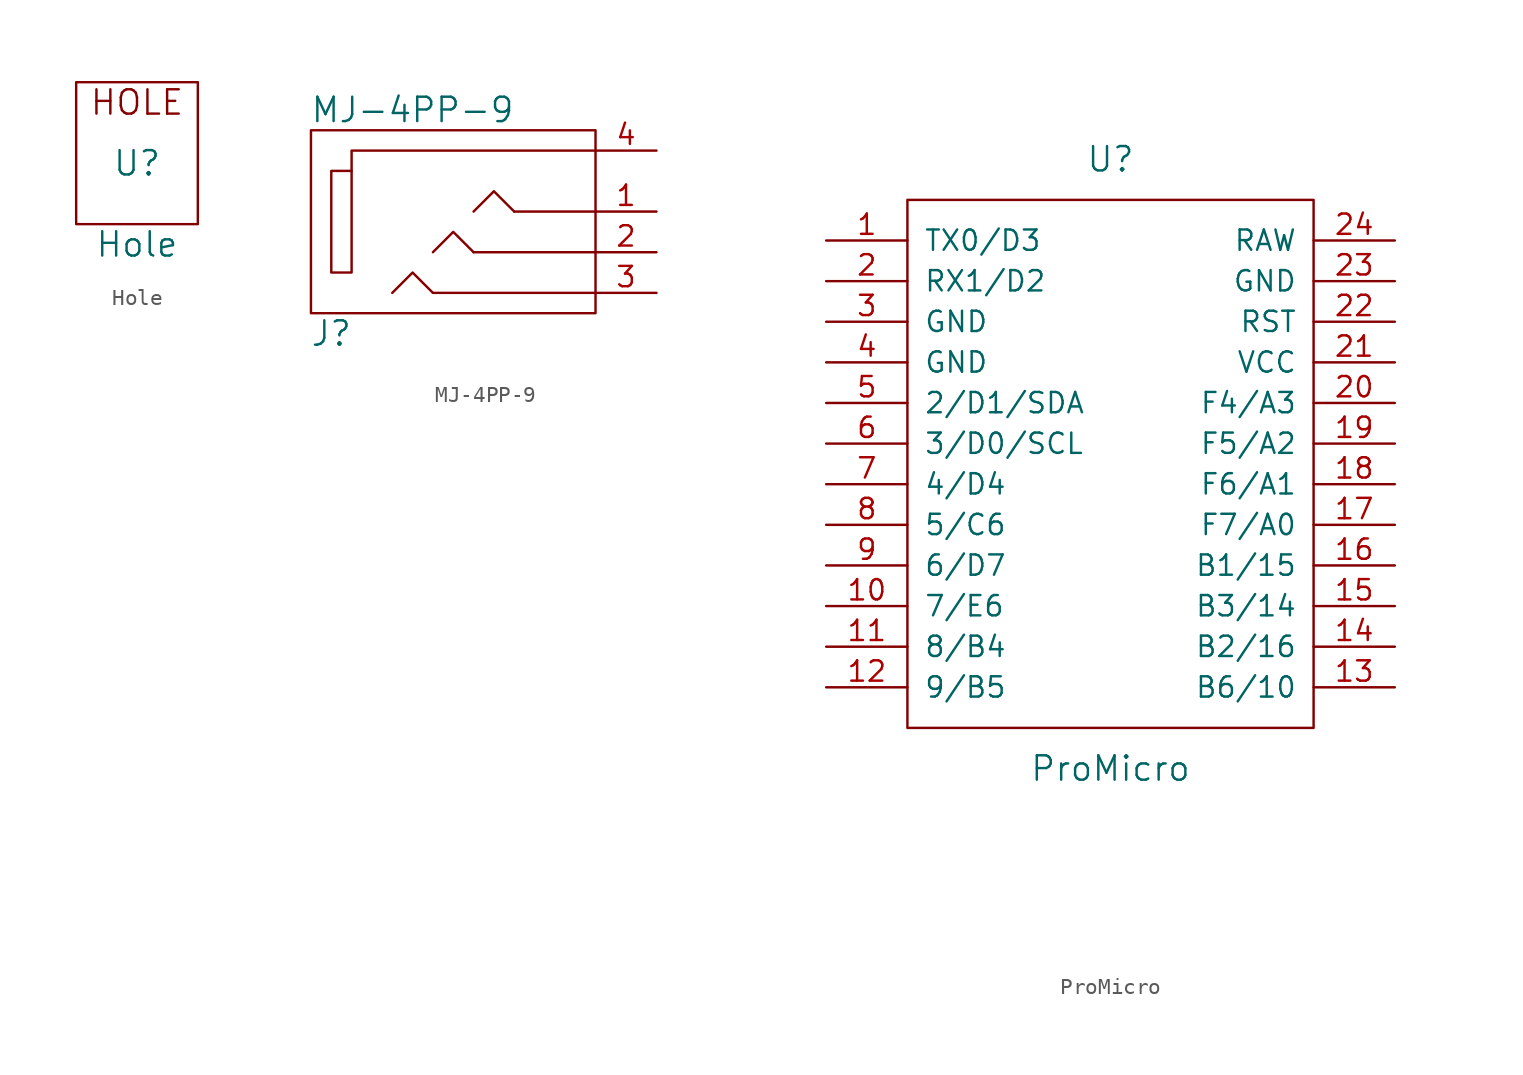
<source format=kicad_sym>
(kicad_symbol_lib
  (version 20201005)
  (generator kicad_symbol_editor)
  (symbol "TPS42:Hole"
    (pin_names
      (offset 1.016))
    (property "Reference" "U"
      (at 0 0 0)
      (effects (font (size 1.524 1.524))))
    (property "Value" "Hole"
      (at 0 -5.08 0)
      (effects (font (size 1.524 1.524))))
    (property "Footprint" ""
      (at 0 0 0)
      (effects (font (size 1.524 1.524))))
    (property "Datasheet" ""
      (at 0 0 0)
      (effects (font (size 1.524 1.524))))
    (symbol "Hole_0_0"
      (text "HOLE" (at 0 3.81 0) (effects (font (size 1.524 1.524)))))
    (symbol "Hole_0_1"
      (rectangle (start 3.81 5.08) (end -3.81 -3.81) (stroke (width 0)) (fill (type none)))))
  (symbol "TPS42:MJ-4PP-9"
    (pin_names
      (offset 1.016))
    (property "Reference" "J"
      (at -8.89 -7.62 0)
      (effects (font (size 1.524 1.524))))
    (property "Value" "MJ-4PP-9"
      (at -3.81 6.35 0)
      (effects (font (size 1.524 1.524))))
    (property "Footprint" ""
      (at 0 0 0)
      (effects (font (size 1.524 1.524))))
    (property "Datasheet" ""
      (at 0 0 0)
      (effects (font (size 1.524 1.524))))
    (symbol "MJ-4PP-9_0_1"
      (rectangle (start -7.62 2.54) (end -8.89 -3.81) (stroke (width 0)) (fill (type none)))
      (rectangle (start 7.62 -6.35) (end -10.16 5.08) (stroke (width 0)) (fill (type none)))
      (polyline (pts (xy 2.54 0) (xy 7.62 0)) (stroke (width 0)) (fill (type none)))
      (polyline (pts (xy -2.54 -5.08) (xy 7.62 -5.08) (xy 7.62 -5.08)) (stroke (width 0)) (fill (type none)))
      (polyline (pts (xy 0 -2.54) (xy -1.27 -1.27) (xy -2.54 -2.54)) (stroke (width 0)) (fill (type none)))
      (polyline (pts (xy 0 0) (xy 1.27 1.27) (xy 2.54 0)) (stroke (width 0)) (fill (type none)))
      (polyline (pts (xy 7.62 3.81) (xy -7.62 3.81) (xy -7.62 2.54)) (stroke (width 0)) (fill (type none)))
      (polyline (pts (xy -2.54 -5.08) (xy -3.81 -3.81) (xy -5.08 -5.08) (xy -5.08 -5.08)) (stroke (width 0)) (fill (type none)))
      (polyline (pts (xy 0 -2.54) (xy 7.62 -2.54) (xy 7.62 -2.54) (xy 7.62 -2.54)) (stroke (width 0)) (fill (type none))))
    (symbol "MJ-4PP-9_1_1"
      (pin passive line (at 11.43 0 180) (length 3.81) (name "~" (effects (font (size 1.27 1.27)))) (number "1" (effects (font (size 1.27 1.27)))))
      (pin passive line (at 11.43 -2.54 180) (length 3.81) (name "~" (effects (font (size 1.27 1.27)))) (number "2" (effects (font (size 1.27 1.27)))))
      (pin passive line (at 11.43 -5.08 180) (length 3.81) (name "~" (effects (font (size 1.27 1.27)))) (number "3" (effects (font (size 1.27 1.27)))))
      (pin passive line (at 11.43 3.81 180) (length 3.81) (name "~" (effects (font (size 1.27 1.27)))) (number "4" (effects (font (size 1.27 1.27)))))))
  (symbol "TPS42:ProMicro"
    (pin_names
      (offset 1.016))
    (property "Reference" "U"
      (at 0 19.05 0)
      (effects (font (size 1.524 1.524))))
    (property "Value" "ProMicro"
      (at 0 -19.05 0)
      (effects (font (size 1.524 1.524))))
    (property "Footprint" ""
      (at 2.54 -26.67 0)
      (effects (font (size 1.524 1.524))))
    (property "Datasheet" ""
      (at 2.54 -26.67 0)
      (effects (font (size 1.524 1.524))))
    (symbol "ProMicro_0_1"
      (rectangle (start -12.7 16.51) (end 12.7 -16.51) (stroke (width 0)) (fill (type none))))
    (symbol "ProMicro_1_1"
      (pin bidirectional line (at -17.78 13.97 0) (length 5.08) (name "TX0/D3" (effects (font (size 1.27 1.27)))) (number "1" (effects (font (size 1.27 1.27)))))
      (pin bidirectional line (at -17.78 -8.89 0) (length 5.08) (name "7/E6" (effects (font (size 1.27 1.27)))) (number "10" (effects (font (size 1.27 1.27)))))
      (pin bidirectional line (at -17.78 -11.43 0) (length 5.08) (name "8/B4" (effects (font (size 1.27 1.27)))) (number "11" (effects (font (size 1.27 1.27)))))
      (pin bidirectional line (at -17.78 -13.97 0) (length 5.08) (name "9/B5" (effects (font (size 1.27 1.27)))) (number "12" (effects (font (size 1.27 1.27)))))
      (pin bidirectional line (at 17.78 -13.97 180) (length 5.08) (name "B6/10" (effects (font (size 1.27 1.27)))) (number "13" (effects (font (size 1.27 1.27)))))
      (pin bidirectional line (at 17.78 -11.43 180) (length 5.08) (name "B2/16" (effects (font (size 1.27 1.27)))) (number "14" (effects (font (size 1.27 1.27)))))
      (pin bidirectional line (at 17.78 -8.89 180) (length 5.08) (name "B3/14" (effects (font (size 1.27 1.27)))) (number "15" (effects (font (size 1.27 1.27)))))
      (pin bidirectional line (at 17.78 -6.35 180) (length 5.08) (name "B1/15" (effects (font (size 1.27 1.27)))) (number "16" (effects (font (size 1.27 1.27)))))
      (pin bidirectional line (at 17.78 -3.81 180) (length 5.08) (name "F7/A0" (effects (font (size 1.27 1.27)))) (number "17" (effects (font (size 1.27 1.27)))))
      (pin bidirectional line (at 17.78 -1.27 180) (length 5.08) (name "F6/A1" (effects (font (size 1.27 1.27)))) (number "18" (effects (font (size 1.27 1.27)))))
      (pin bidirectional line (at 17.78 1.27 180) (length 5.08) (name "F5/A2" (effects (font (size 1.27 1.27)))) (number "19" (effects (font (size 1.27 1.27)))))
      (pin bidirectional line (at -17.78 11.43 0) (length 5.08) (name "RX1/D2" (effects (font (size 1.27 1.27)))) (number "2" (effects (font (size 1.27 1.27)))))
      (pin bidirectional line (at 17.78 3.81 180) (length 5.08) (name "F4/A3" (effects (font (size 1.27 1.27)))) (number "20" (effects (font (size 1.27 1.27)))))
      (pin power_in line (at 17.78 6.35 180) (length 5.08) (name "VCC" (effects (font (size 1.27 1.27)))) (number "21" (effects (font (size 1.27 1.27)))))
      (pin input line (at 17.78 8.89 180) (length 5.08) (name "RST" (effects (font (size 1.27 1.27)))) (number "22" (effects (font (size 1.27 1.27)))))
      (pin power_in line (at 17.78 11.43 180) (length 5.08) (name "GND" (effects (font (size 1.27 1.27)))) (number "23" (effects (font (size 1.27 1.27)))))
      (pin power_out line (at 17.78 13.97 180) (length 5.08) (name "RAW" (effects (font (size 1.27 1.27)))) (number "24" (effects (font (size 1.27 1.27)))))
      (pin power_in line (at -17.78 8.89 0) (length 5.08) (name "GND" (effects (font (size 1.27 1.27)))) (number "3" (effects (font (size 1.27 1.27)))))
      (pin power_in line (at -17.78 6.35 0) (length 5.08) (name "GND" (effects (font (size 1.27 1.27)))) (number "4" (effects (font (size 1.27 1.27)))))
      (pin bidirectional line (at -17.78 3.81 0) (length 5.08) (name "2/D1/SDA" (effects (font (size 1.27 1.27)))) (number "5" (effects (font (size 1.27 1.27)))))
      (pin bidirectional line (at -17.78 1.27 0) (length 5.08) (name "3/D0/SCL" (effects (font (size 1.27 1.27)))) (number "6" (effects (font (size 1.27 1.27)))))
      (pin bidirectional line (at -17.78 -1.27 0) (length 5.08) (name "4/D4" (effects (font (size 1.27 1.27)))) (number "7" (effects (font (size 1.27 1.27)))))
      (pin bidirectional line (at -17.78 -3.81 0) (length 5.08) (name "5/C6" (effects (font (size 1.27 1.27)))) (number "8" (effects (font (size 1.27 1.27)))))
      (pin bidirectional line (at -17.78 -6.35 0) (length 5.08) (name "6/D7" (effects (font (size 1.27 1.27)))) (number "9" (effects (font (size 1.27 1.27))))))))
</source>
